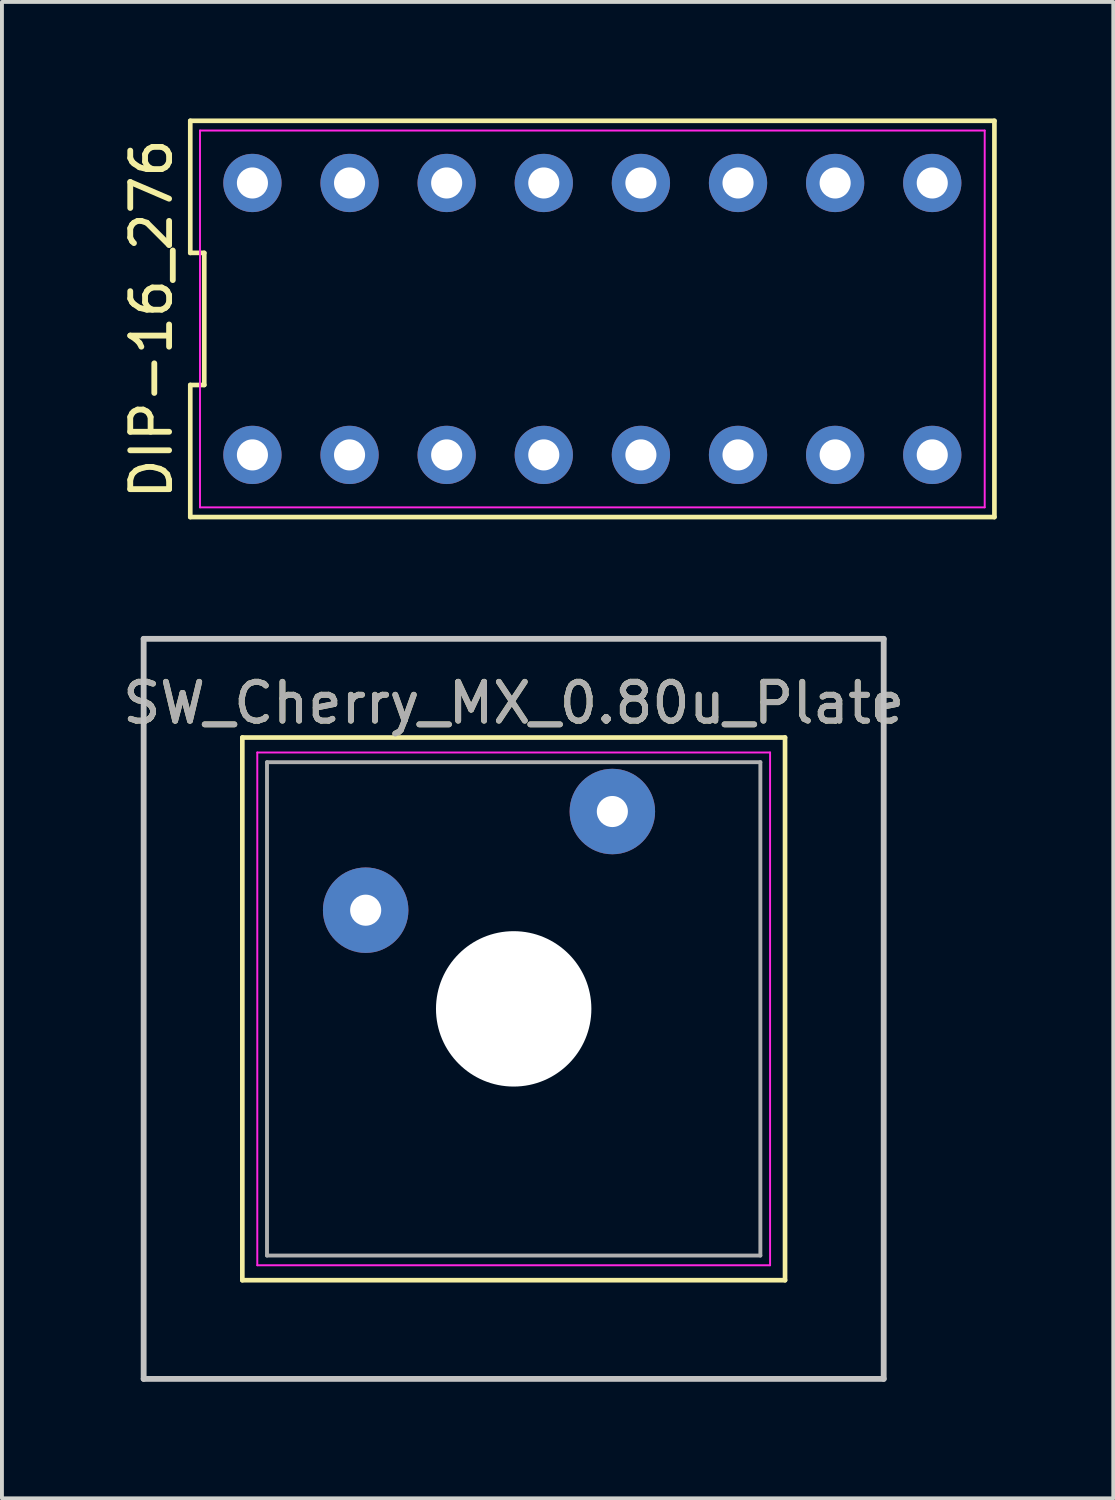
<source format=kicad_pcb>
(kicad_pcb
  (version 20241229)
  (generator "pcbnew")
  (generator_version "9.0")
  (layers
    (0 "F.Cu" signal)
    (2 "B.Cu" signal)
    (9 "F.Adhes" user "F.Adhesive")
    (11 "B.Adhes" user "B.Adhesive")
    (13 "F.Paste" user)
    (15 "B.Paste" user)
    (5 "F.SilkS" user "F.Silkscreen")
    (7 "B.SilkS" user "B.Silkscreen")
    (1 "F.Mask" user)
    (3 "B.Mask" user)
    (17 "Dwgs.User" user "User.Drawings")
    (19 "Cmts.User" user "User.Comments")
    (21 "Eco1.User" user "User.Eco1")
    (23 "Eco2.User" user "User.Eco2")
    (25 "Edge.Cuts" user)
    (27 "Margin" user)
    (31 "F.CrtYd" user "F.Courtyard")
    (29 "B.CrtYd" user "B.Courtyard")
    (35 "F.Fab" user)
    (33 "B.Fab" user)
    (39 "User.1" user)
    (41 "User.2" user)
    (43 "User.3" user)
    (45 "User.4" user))
  (footprint "DIP-16_276"
    (layer "F.Cu")
    (at 12.198 5.16)
    (property "Reference" "DIP-16_276" (at -11.35 0 90) (layer "F.SilkS") (effects (font (size 1 1) (thickness 0.15))))
    (fp_line (start -10.35 -5.1) (end -10.35 -1.7) (stroke (width 0.12) (type solid)) (layer "F.SilkS"))
    (fp_line (start -10.35 -1.7) (end -9.99 -1.7) (stroke (width 0.12) (type solid)) (layer "F.SilkS"))
    (fp_line (start -10.35 1.7) (end -10.35 5.1) (stroke (width 0.12) (type solid)) (layer "F.SilkS"))
    (fp_line (start -10.35 5.1) (end 10.35 5.1) (stroke (width 0.12) (type solid)) (layer "F.SilkS"))
    (fp_line (start -9.99 -1.7) (end -9.99 1.7) (stroke (width 0.12) (type solid)) (layer "F.SilkS"))
    (fp_line (start -9.99 1.7) (end -10.35 1.7) (stroke (width 0.12) (type solid)) (layer "F.SilkS"))
    (fp_line (start 10.35 -5.1) (end -10.35 -5.1) (stroke (width 0.12) (type solid)) (layer "F.SilkS"))
    (fp_line (start 10.35 5.1) (end 10.35 -5.1) (stroke (width 0.12) (type solid)) (layer "F.SilkS"))
    (fp_line (start -10.1 -4.85) (end 10.1 -4.85) (stroke (width 0.05) (type solid)) (layer "F.CrtYd"))
    (fp_line (start -10.1 4.85) (end -10.1 -4.85) (stroke (width 0.05) (type solid)) (layer "F.CrtYd"))
    (fp_line (start 10.1 -4.85) (end 10.1 4.85) (stroke (width 0.05) (type solid)) (layer "F.CrtYd"))
    (fp_line (start 10.1 4.85) (end -10.1 4.85) (stroke (width 0.05) (type solid)) (layer "F.CrtYd"))
    (pad "1" thru_hole circle (at -8.75 3.5) (size 1.5 1.5) (drill 0.8) (layers "*.Cu" "*.Mask"))
    (pad "2" thru_hole circle (at -6.25 3.5) (size 1.5 1.5) (drill 0.8) (layers "*.Cu" "*.Mask"))
    (pad "3" thru_hole circle (at -3.75 3.5) (size 1.5 1.5) (drill 0.8) (layers "*.Cu" "*.Mask"))
    (pad "4" thru_hole circle (at -1.25 3.5) (size 1.5 1.5) (drill 0.8) (layers "*.Cu" "*.Mask"))
    (pad "5" thru_hole circle (at 1.25 3.5) (size 1.5 1.5) (drill 0.8) (layers "*.Cu" "*.Mask"))
    (pad "6" thru_hole circle (at 3.75 3.5) (size 1.5 1.5) (drill 0.8) (layers "*.Cu" "*.Mask"))
    (pad "7" thru_hole circle (at 6.25 3.5) (size 1.5 1.5) (drill 0.8) (layers "*.Cu" "*.Mask"))
    (pad "8" thru_hole circle (at 8.75 3.5) (size 1.5 1.5) (drill 0.8) (layers "*.Cu" "*.Mask"))
    (pad "9" thru_hole circle (at 8.75 -3.5) (size 1.5 1.5) (drill 0.8) (layers "*.Cu" "*.Mask"))
    (pad "10" thru_hole circle (at 6.25 -3.5) (size 1.5 1.5) (drill 0.8) (layers "*.Cu" "*.Mask"))
    (pad "11" thru_hole circle (at 3.75 -3.5) (size 1.5 1.5) (drill 0.8) (layers "*.Cu" "*.Mask"))
    (pad "12" thru_hole circle (at 1.25 -3.5) (size 1.5 1.5) (drill 0.8) (layers "*.Cu" "*.Mask"))
    (pad "13" thru_hole circle (at -1.25 -3.5) (size 1.5 1.5) (drill 0.8) (layers "*.Cu" "*.Mask"))
    (pad "14" thru_hole circle (at -3.75 -3.5) (size 1.5 1.5) (drill 0.8) (layers "*.Cu" "*.Mask"))
    (pad "15" thru_hole circle (at -6.25 -3.5) (size 1.5 1.5) (drill 0.8) (layers "*.Cu" "*.Mask"))
    (pad "16" thru_hole circle (at -8.75 -3.5) (size 1.5 1.5) (drill 0.8) (layers "*.Cu" "*.Mask")))
  (footprint "SW_Cherry_MX_0.80u_Plate"
    (layer "F.Cu")
    (at 12.713 17.84)
    (property "Reference" "SW_Cherry_MX_0.80u_Plate" (at -2.54 -2.794 0) (layer "F.SilkS") (effects (font (size 1 1) (thickness 0.15))))
    (attr through_hole)
    (fp_line (start -9.525 -1.905) (end 4.445 -1.905) (stroke (width 0.12) (type solid)) (layer "F.SilkS"))
    (fp_line (start -9.525 12.065) (end -9.525 -1.905) (stroke (width 0.12) (type solid)) (layer "F.SilkS"))
    (fp_line (start 4.445 -1.905) (end 4.445 12.065) (stroke (width 0.12) (type solid)) (layer "F.SilkS"))
    (fp_line (start 4.445 12.065) (end -9.525 12.065) (stroke (width 0.12) (type solid)) (layer "F.SilkS"))
    (fp_line (start -12.065 -4.445) (end 6.985 -4.445) (stroke (width 0.15) (type solid)) (layer "Dwgs.User"))
    (fp_line (start -12.065 14.605) (end -12.065 -4.445) (stroke (width 0.15) (type solid)) (layer "Dwgs.User"))
    (fp_line (start 6.985 -4.445) (end 6.985 14.605) (stroke (width 0.15) (type solid)) (layer "Dwgs.User"))
    (fp_line (start 6.985 14.605) (end -12.065 14.605) (stroke (width 0.15) (type solid)) (layer "Dwgs.User"))
    (fp_line (start -9.14 -1.52) (end 4.06 -1.52) (stroke (width 0.05) (type solid)) (layer "F.CrtYd"))
    (fp_line (start -9.14 11.68) (end -9.14 -1.52) (stroke (width 0.05) (type solid)) (layer "F.CrtYd"))
    (fp_line (start 4.06 -1.52) (end 4.06 11.68) (stroke (width 0.05) (type solid)) (layer "F.CrtYd"))
    (fp_line (start 4.06 11.68) (end -9.14 11.68) (stroke (width 0.05) (type solid)) (layer "F.CrtYd"))
    (fp_line (start -8.89 -1.27) (end 3.81 -1.27) (stroke (width 0.1) (type solid)) (layer "F.Fab"))
    (fp_line (start -8.89 11.43) (end -8.89 -1.27) (stroke (width 0.1) (type solid)) (layer "F.Fab"))
    (fp_line (start 3.81 -1.27) (end 3.81 11.43) (stroke (width 0.1) (type solid)) (layer "F.Fab"))
    (fp_line (start 3.81 11.43) (end -8.89 11.43) (stroke (width 0.1) (type solid)) (layer "F.Fab"))
    (fp_text user "${REFERENCE}" (at -2.54 -2.794 0) (layer "F.Fab") (effects (font (size 1 1) (thickness 0.15))))
    (pad "" np_thru_hole circle (at -2.54 5.08) (size 4 4) (drill 4) (layers "*.Cu" "*.Mask"))
    (pad "1" thru_hole circle (at 0 0) (size 2.2 2.2) (drill 0.8) (layers "*.Cu" "*.Mask"))
    (pad "2" thru_hole circle (at -6.35 2.54) (size 2.2 2.2) (drill 0.8) (layers "*.Cu" "*.Mask")))
  (gr_rect
    (start -3 -3)
    (end 25.608 35.52)
    (stroke (width 0.1) (type default))
    (fill no)
    (layer "Edge.Cuts")))
</source>
